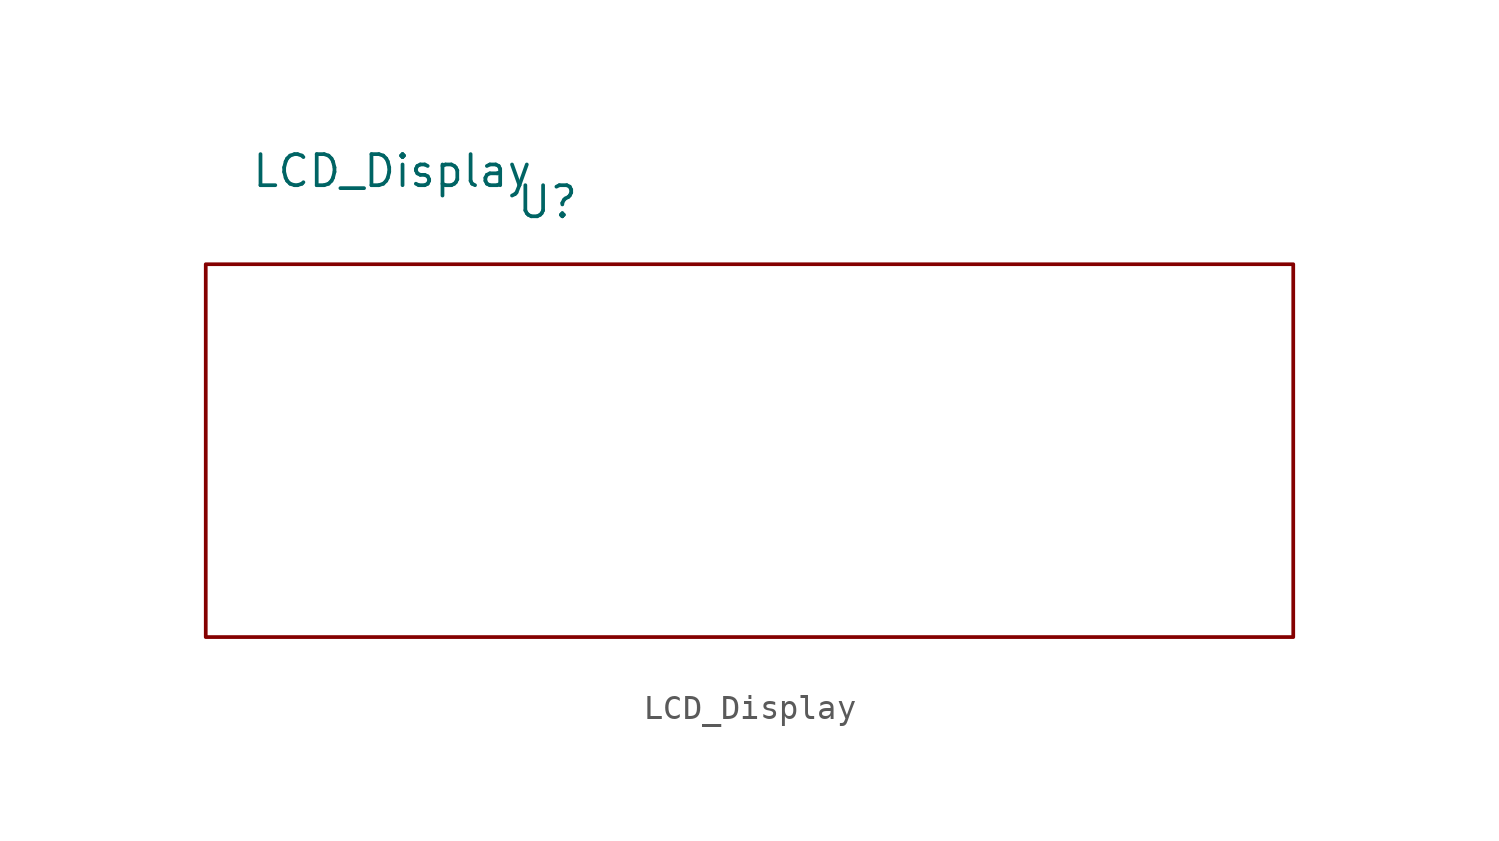
<source format=kicad_sym>
(kicad_symbol_lib
  (version 20211014)
  (generator kicad_symbol_editor)
  (symbol "LCD_Display"
    (property "Reference" "U"
      (at 6.35 1.27 0)
      (effects (font (size 1.27 1.27))))
    (property "Value" "LCD_Display"
      (at 0 2.54 0)
      (effects (font (size 1.27 1.27))))
    (symbol "LCD_Display_0_1"
      (rectangle (start -7.62 -1.27) (end 36.83 -16.51) (stroke (width 0) (type default) (color 0 0 0 0)) (fill (type none))))))
</source>
